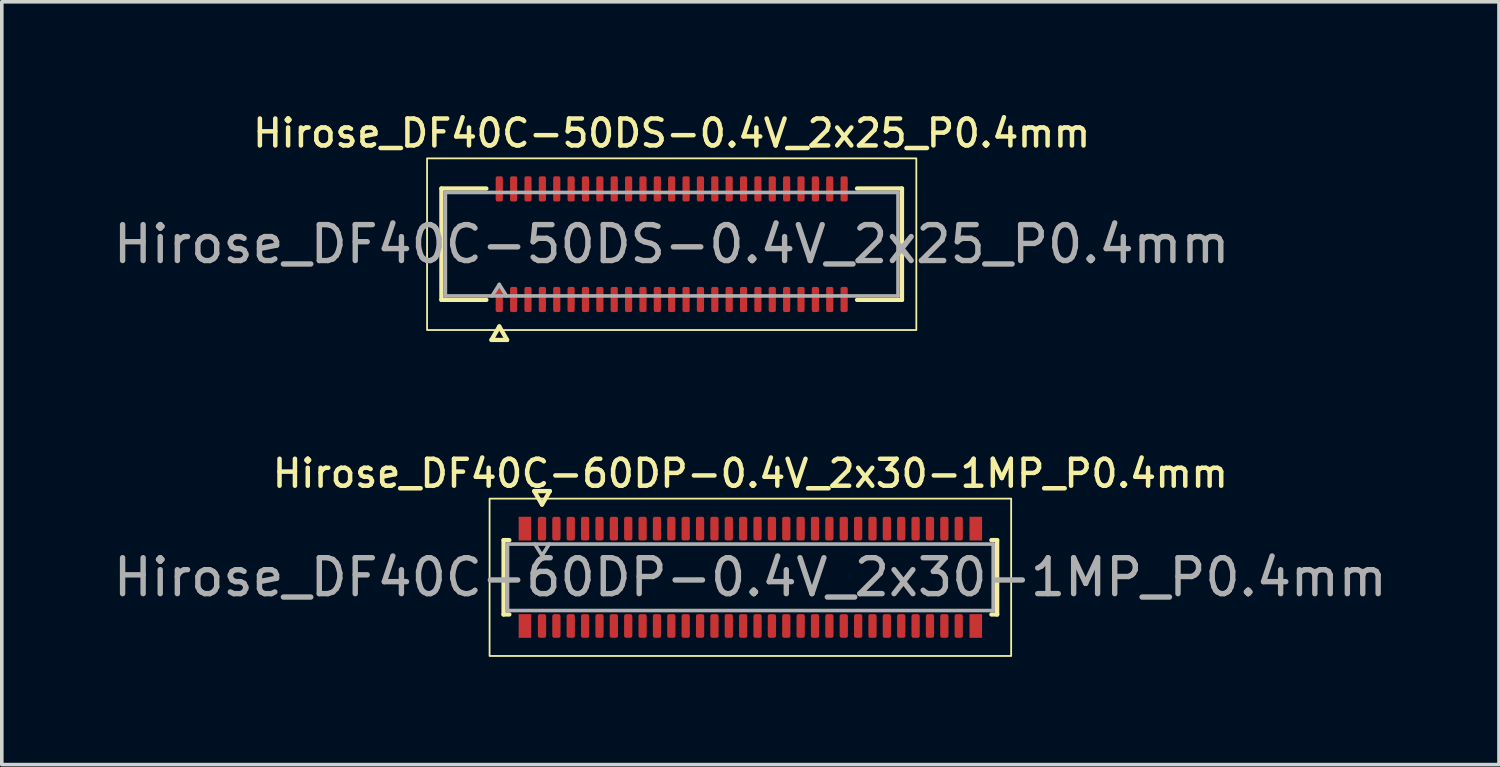
<source format=kicad_pcb>
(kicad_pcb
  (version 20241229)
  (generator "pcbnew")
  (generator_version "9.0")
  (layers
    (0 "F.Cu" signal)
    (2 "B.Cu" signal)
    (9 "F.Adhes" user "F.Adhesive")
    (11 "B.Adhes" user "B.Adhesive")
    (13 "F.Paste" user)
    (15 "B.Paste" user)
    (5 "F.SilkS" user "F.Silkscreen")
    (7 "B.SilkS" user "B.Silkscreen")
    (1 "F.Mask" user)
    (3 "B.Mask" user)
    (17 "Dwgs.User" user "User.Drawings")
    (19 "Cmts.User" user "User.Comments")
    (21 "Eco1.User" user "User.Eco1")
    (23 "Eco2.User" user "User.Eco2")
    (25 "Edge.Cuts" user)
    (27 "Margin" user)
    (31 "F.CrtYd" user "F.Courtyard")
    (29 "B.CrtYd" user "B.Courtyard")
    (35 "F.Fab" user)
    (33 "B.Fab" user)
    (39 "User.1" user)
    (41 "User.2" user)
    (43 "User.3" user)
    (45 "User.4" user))
  (footprint "Hirose_DF40C-50DS-0.4V_2x25_P0.4mm"
    (layer "F.Cu")
    (at 15.649 3.748)
    (property "Reference" "Hirose_DF40C-50DS-0.4V_2x25_P0.4mm" (at 0 -3.09 0) (layer "F.SilkS") (effects (font (size 0.75 0.75) (thickness 0.125))))
    (attr smd)
    (fp_line (start -6.41 -1.55) (end -5.16 -1.55) (stroke (width 0.12) (type solid)) (layer "F.SilkS"))
    (fp_line (start -6.41 1.55) (end -6.41 -1.55) (stroke (width 0.12) (type solid)) (layer "F.SilkS"))
    (fp_line (start -5.16 1.55) (end -6.41 1.55) (stroke (width 0.12) (type solid)) (layer "F.SilkS"))
    (fp_line (start -5.017 2.665) (end -4.8 2.29) (stroke (width 0.12) (type solid)) (layer "F.SilkS"))
    (fp_line (start -4.8 2.29) (end -4.583 2.665) (stroke (width 0.12) (type solid)) (layer "F.SilkS"))
    (fp_line (start -4.583 2.665) (end -5.017 2.665) (stroke (width 0.12) (type solid)) (layer "F.SilkS"))
    (fp_line (start 5.16 -1.55) (end 6.41 -1.55) (stroke (width 0.12) (type solid)) (layer "F.SilkS"))
    (fp_line (start 6.41 -1.55) (end 6.41 1.55) (stroke (width 0.12) (type solid)) (layer "F.SilkS"))
    (fp_line (start 6.41 1.55) (end 5.16 1.55) (stroke (width 0.12) (type solid)) (layer "F.SilkS"))
    (fp_rect (start -6.81 -2.39) (end 6.81 2.39) (stroke (width 0.05) (type solid)) (fill no) (layer "F.SilkS"))
    (fp_line (start -6.3 -1.44) (end 6.3 -1.44) (stroke (width 0.1) (type solid)) (layer "F.Fab"))
    (fp_line (start -6.3 1.44) (end -6.3 -1.44) (stroke (width 0.1) (type solid)) (layer "F.Fab"))
    (fp_line (start -5 1.44) (end -4.8 1.12) (stroke (width 0.1) (type solid)) (layer "F.Fab"))
    (fp_line (start -4.8 1.12) (end -4.6 1.44) (stroke (width 0.1) (type solid)) (layer "F.Fab"))
    (fp_line (start 6.3 -1.44) (end 6.3 1.44) (stroke (width 0.1) (type solid)) (layer "F.Fab"))
    (fp_line (start 6.3 1.44) (end -6.3 1.44) (stroke (width 0.1) (type solid)) (layer "F.Fab"))
    (fp_text user "${REFERENCE}" (at 0 0 0) (layer "F.Fab") (effects (font (size 1 1) (thickness 0.15))))
    (pad "1" smd roundrect (at -4.8 1.54) (size 0.2 0.7) (layers "F.Cu" "F.Mask" "F.Paste") (roundrect_rratio 0.25))
    (pad "2" smd roundrect (at -4.8 -1.54) (size 0.2 0.7) (layers "F.Cu" "F.Mask" "F.Paste") (roundrect_rratio 0.25))
    (pad "3" smd roundrect (at -4.4 1.54) (size 0.2 0.7) (layers "F.Cu" "F.Mask" "F.Paste") (roundrect_rratio 0.25))
    (pad "4" smd roundrect (at -4.4 -1.54) (size 0.2 0.7) (layers "F.Cu" "F.Mask" "F.Paste") (roundrect_rratio 0.25))
    (pad "5" smd roundrect (at -4 1.54) (size 0.2 0.7) (layers "F.Cu" "F.Mask" "F.Paste") (roundrect_rratio 0.25))
    (pad "6" smd roundrect (at -4 -1.54) (size 0.2 0.7) (layers "F.Cu" "F.Mask" "F.Paste") (roundrect_rratio 0.25))
    (pad "7" smd roundrect (at -3.6 1.54) (size 0.2 0.7) (layers "F.Cu" "F.Mask" "F.Paste") (roundrect_rratio 0.25))
    (pad "8" smd roundrect (at -3.6 -1.54) (size 0.2 0.7) (layers "F.Cu" "F.Mask" "F.Paste") (roundrect_rratio 0.25))
    (pad "9" smd roundrect (at -3.2 1.54) (size 0.2 0.7) (layers "F.Cu" "F.Mask" "F.Paste") (roundrect_rratio 0.25))
    (pad "10" smd roundrect (at -3.2 -1.54) (size 0.2 0.7) (layers "F.Cu" "F.Mask" "F.Paste") (roundrect_rratio 0.25))
    (pad "11" smd roundrect (at -2.8 1.54) (size 0.2 0.7) (layers "F.Cu" "F.Mask" "F.Paste") (roundrect_rratio 0.25))
    (pad "12" smd roundrect (at -2.8 -1.54) (size 0.2 0.7) (layers "F.Cu" "F.Mask" "F.Paste") (roundrect_rratio 0.25))
    (pad "13" smd roundrect (at -2.4 1.54) (size 0.2 0.7) (layers "F.Cu" "F.Mask" "F.Paste") (roundrect_rratio 0.25))
    (pad "14" smd roundrect (at -2.4 -1.54) (size 0.2 0.7) (layers "F.Cu" "F.Mask" "F.Paste") (roundrect_rratio 0.25))
    (pad "15" smd roundrect (at -2 1.54) (size 0.2 0.7) (layers "F.Cu" "F.Mask" "F.Paste") (roundrect_rratio 0.25))
    (pad "16" smd roundrect (at -2 -1.54) (size 0.2 0.7) (layers "F.Cu" "F.Mask" "F.Paste") (roundrect_rratio 0.25))
    (pad "17" smd roundrect (at -1.6 1.54) (size 0.2 0.7) (layers "F.Cu" "F.Mask" "F.Paste") (roundrect_rratio 0.25))
    (pad "18" smd roundrect (at -1.6 -1.54) (size 0.2 0.7) (layers "F.Cu" "F.Mask" "F.Paste") (roundrect_rratio 0.25))
    (pad "19" smd roundrect (at -1.2 1.54) (size 0.2 0.7) (layers "F.Cu" "F.Mask" "F.Paste") (roundrect_rratio 0.25))
    (pad "20" smd roundrect (at -1.2 -1.54) (size 0.2 0.7) (layers "F.Cu" "F.Mask" "F.Paste") (roundrect_rratio 0.25))
    (pad "21" smd roundrect (at -0.8 1.54) (size 0.2 0.7) (layers "F.Cu" "F.Mask" "F.Paste") (roundrect_rratio 0.25))
    (pad "22" smd roundrect (at -0.8 -1.54) (size 0.2 0.7) (layers "F.Cu" "F.Mask" "F.Paste") (roundrect_rratio 0.25))
    (pad "23" smd roundrect (at -0.4 1.54) (size 0.2 0.7) (layers "F.Cu" "F.Mask" "F.Paste") (roundrect_rratio 0.25))
    (pad "24" smd roundrect (at -0.4 -1.54) (size 0.2 0.7) (layers "F.Cu" "F.Mask" "F.Paste") (roundrect_rratio 0.25))
    (pad "25" smd roundrect (at 0 1.54) (size 0.2 0.7) (layers "F.Cu" "F.Mask" "F.Paste") (roundrect_rratio 0.25))
    (pad "26" smd roundrect (at 0 -1.54) (size 0.2 0.7) (layers "F.Cu" "F.Mask" "F.Paste") (roundrect_rratio 0.25))
    (pad "27" smd roundrect (at 0.4 1.54) (size 0.2 0.7) (layers "F.Cu" "F.Mask" "F.Paste") (roundrect_rratio 0.25))
    (pad "28" smd roundrect (at 0.4 -1.54) (size 0.2 0.7) (layers "F.Cu" "F.Mask" "F.Paste") (roundrect_rratio 0.25))
    (pad "29" smd roundrect (at 0.8 1.54) (size 0.2 0.7) (layers "F.Cu" "F.Mask" "F.Paste") (roundrect_rratio 0.25))
    (pad "30" smd roundrect (at 0.8 -1.54) (size 0.2 0.7) (layers "F.Cu" "F.Mask" "F.Paste") (roundrect_rratio 0.25))
    (pad "31" smd roundrect (at 1.2 1.54) (size 0.2 0.7) (layers "F.Cu" "F.Mask" "F.Paste") (roundrect_rratio 0.25))
    (pad "32" smd roundrect (at 1.2 -1.54) (size 0.2 0.7) (layers "F.Cu" "F.Mask" "F.Paste") (roundrect_rratio 0.25))
    (pad "33" smd roundrect (at 1.6 1.54) (size 0.2 0.7) (layers "F.Cu" "F.Mask" "F.Paste") (roundrect_rratio 0.25))
    (pad "34" smd roundrect (at 1.6 -1.54) (size 0.2 0.7) (layers "F.Cu" "F.Mask" "F.Paste") (roundrect_rratio 0.25))
    (pad "35" smd roundrect (at 2 1.54) (size 0.2 0.7) (layers "F.Cu" "F.Mask" "F.Paste") (roundrect_rratio 0.25))
    (pad "36" smd roundrect (at 2 -1.54) (size 0.2 0.7) (layers "F.Cu" "F.Mask" "F.Paste") (roundrect_rratio 0.25))
    (pad "37" smd roundrect (at 2.4 1.54) (size 0.2 0.7) (layers "F.Cu" "F.Mask" "F.Paste") (roundrect_rratio 0.25))
    (pad "38" smd roundrect (at 2.4 -1.54) (size 0.2 0.7) (layers "F.Cu" "F.Mask" "F.Paste") (roundrect_rratio 0.25))
    (pad "39" smd roundrect (at 2.8 1.54) (size 0.2 0.7) (layers "F.Cu" "F.Mask" "F.Paste") (roundrect_rratio 0.25))
    (pad "40" smd roundrect (at 2.8 -1.54) (size 0.2 0.7) (layers "F.Cu" "F.Mask" "F.Paste") (roundrect_rratio 0.25))
    (pad "41" smd roundrect (at 3.2 1.54) (size 0.2 0.7) (layers "F.Cu" "F.Mask" "F.Paste") (roundrect_rratio 0.25))
    (pad "42" smd roundrect (at 3.2 -1.54) (size 0.2 0.7) (layers "F.Cu" "F.Mask" "F.Paste") (roundrect_rratio 0.25))
    (pad "43" smd roundrect (at 3.6 1.54) (size 0.2 0.7) (layers "F.Cu" "F.Mask" "F.Paste") (roundrect_rratio 0.25))
    (pad "44" smd roundrect (at 3.6 -1.54) (size 0.2 0.7) (layers "F.Cu" "F.Mask" "F.Paste") (roundrect_rratio 0.25))
    (pad "45" smd roundrect (at 4 1.54) (size 0.2 0.7) (layers "F.Cu" "F.Mask" "F.Paste") (roundrect_rratio 0.25))
    (pad "46" smd roundrect (at 4 -1.54) (size 0.2 0.7) (layers "F.Cu" "F.Mask" "F.Paste") (roundrect_rratio 0.25))
    (pad "47" smd roundrect (at 4.4 1.54) (size 0.2 0.7) (layers "F.Cu" "F.Mask" "F.Paste") (roundrect_rratio 0.25))
    (pad "48" smd roundrect (at 4.4 -1.54) (size 0.2 0.7) (layers "F.Cu" "F.Mask" "F.Paste") (roundrect_rratio 0.25))
    (pad "49" smd roundrect (at 4.8 1.54) (size 0.2 0.7) (layers "F.Cu" "F.Mask" "F.Paste") (roundrect_rratio 0.25))
    (pad "50" smd roundrect (at 4.8 -1.54) (size 0.2 0.7) (layers "F.Cu" "F.Mask" "F.Paste") (roundrect_rratio 0.25)))
  (footprint "Hirose_DF40C-60DP-0.4V_2x30-1MP_P0.4mm"
    (layer "F.Cu")
    (at 17.839 13.021)
    (property "Reference" "Hirose_DF40C-60DP-0.4V_2x30-1MP_P0.4mm" (at 0 -2.89 0) (layer "F.SilkS") (effects (font (size 0.75 0.75) (thickness 0.125))))
    (attr smd)
    (fp_line (start -6.87 -1.035) (end -6.71 -1.035) (stroke (width 0.12) (type solid)) (layer "F.SilkS"))
    (fp_line (start -6.87 1.035) (end -6.87 -1.035) (stroke (width 0.12) (type solid)) (layer "F.SilkS"))
    (fp_line (start -6.71 1.035) (end -6.87 1.035) (stroke (width 0.12) (type solid)) (layer "F.SilkS"))
    (fp_line (start -6.017 -2.4) (end -5.8 -2.025) (stroke (width 0.12) (type solid)) (layer "F.SilkS"))
    (fp_line (start -5.8 -2.025) (end -5.583 -2.4) (stroke (width 0.12) (type solid)) (layer "F.SilkS"))
    (fp_line (start -5.583 -2.4) (end -6.017 -2.4) (stroke (width 0.12) (type solid)) (layer "F.SilkS"))
    (fp_line (start 6.71 -1.035) (end 6.87 -1.035) (stroke (width 0.12) (type solid)) (layer "F.SilkS"))
    (fp_line (start 6.87 -1.035) (end 6.87 1.035) (stroke (width 0.12) (type solid)) (layer "F.SilkS"))
    (fp_line (start 6.87 1.035) (end 6.71 1.035) (stroke (width 0.12) (type solid)) (layer "F.SilkS"))
    (fp_rect (start -7.26 -2.19) (end 7.26 2.19) (stroke (width 0.05) (type solid)) (fill no) (layer "F.SilkS"))
    (fp_line (start -6.76 -0.925) (end 6.76 -0.925) (stroke (width 0.1) (type solid)) (layer "F.Fab"))
    (fp_line (start -6.76 0.925) (end -6.76 -0.925) (stroke (width 0.1) (type solid)) (layer "F.Fab"))
    (fp_line (start -6 -0.925) (end -5.8 -0.605) (stroke (width 0.1) (type solid)) (layer "F.Fab"))
    (fp_line (start -5.8 -0.605) (end -5.6 -0.925) (stroke (width 0.1) (type solid)) (layer "F.Fab"))
    (fp_line (start 6.76 -0.925) (end 6.76 0.925) (stroke (width 0.1) (type solid)) (layer "F.Fab"))
    (fp_line (start 6.76 0.925) (end -6.76 0.925) (stroke (width 0.1) (type solid)) (layer "F.Fab"))
    (fp_text user "${REFERENCE}" (at 0 0 0) (layer "F.Fab") (effects (font (size 1 1) (thickness 0.15))))
    (pad "1" smd roundrect (at -5.8 -1.355) (size 0.23 0.66) (layers "F.Cu" "F.Mask" "F.Paste") (roundrect_rratio 0.25))
    (pad "2" smd roundrect (at -5.8 1.355) (size 0.23 0.66) (layers "F.Cu" "F.Mask" "F.Paste") (roundrect_rratio 0.25))
    (pad "3" smd roundrect (at -5.4 -1.355) (size 0.23 0.66) (layers "F.Cu" "F.Mask" "F.Paste") (roundrect_rratio 0.25))
    (pad "4" smd roundrect (at -5.4 1.355) (size 0.23 0.66) (layers "F.Cu" "F.Mask" "F.Paste") (roundrect_rratio 0.25))
    (pad "5" smd roundrect (at -5 -1.355) (size 0.23 0.66) (layers "F.Cu" "F.Mask" "F.Paste") (roundrect_rratio 0.25))
    (pad "6" smd roundrect (at -5 1.355) (size 0.23 0.66) (layers "F.Cu" "F.Mask" "F.Paste") (roundrect_rratio 0.25))
    (pad "7" smd roundrect (at -4.6 -1.355) (size 0.23 0.66) (layers "F.Cu" "F.Mask" "F.Paste") (roundrect_rratio 0.25))
    (pad "8" smd roundrect (at -4.6 1.355) (size 0.23 0.66) (layers "F.Cu" "F.Mask" "F.Paste") (roundrect_rratio 0.25))
    (pad "9" smd roundrect (at -4.2 -1.355) (size 0.23 0.66) (layers "F.Cu" "F.Mask" "F.Paste") (roundrect_rratio 0.25))
    (pad "10" smd roundrect (at -4.2 1.355) (size 0.23 0.66) (layers "F.Cu" "F.Mask" "F.Paste") (roundrect_rratio 0.25))
    (pad "11" smd roundrect (at -3.8 -1.355) (size 0.23 0.66) (layers "F.Cu" "F.Mask" "F.Paste") (roundrect_rratio 0.25))
    (pad "12" smd roundrect (at -3.8 1.355) (size 0.23 0.66) (layers "F.Cu" "F.Mask" "F.Paste") (roundrect_rratio 0.25))
    (pad "13" smd roundrect (at -3.4 -1.355) (size 0.23 0.66) (layers "F.Cu" "F.Mask" "F.Paste") (roundrect_rratio 0.25))
    (pad "14" smd roundrect (at -3.4 1.355) (size 0.23 0.66) (layers "F.Cu" "F.Mask" "F.Paste") (roundrect_rratio 0.25))
    (pad "15" smd roundrect (at -3 -1.355) (size 0.23 0.66) (layers "F.Cu" "F.Mask" "F.Paste") (roundrect_rratio 0.25))
    (pad "16" smd roundrect (at -3 1.355) (size 0.23 0.66) (layers "F.Cu" "F.Mask" "F.Paste") (roundrect_rratio 0.25))
    (pad "17" smd roundrect (at -2.6 -1.355) (size 0.23 0.66) (layers "F.Cu" "F.Mask" "F.Paste") (roundrect_rratio 0.25))
    (pad "18" smd roundrect (at -2.6 1.355) (size 0.23 0.66) (layers "F.Cu" "F.Mask" "F.Paste") (roundrect_rratio 0.25))
    (pad "19" smd roundrect (at -2.2 -1.355) (size 0.23 0.66) (layers "F.Cu" "F.Mask" "F.Paste") (roundrect_rratio 0.25))
    (pad "20" smd roundrect (at -2.2 1.355) (size 0.23 0.66) (layers "F.Cu" "F.Mask" "F.Paste") (roundrect_rratio 0.25))
    (pad "21" smd roundrect (at -1.8 -1.355) (size 0.23 0.66) (layers "F.Cu" "F.Mask" "F.Paste") (roundrect_rratio 0.25))
    (pad "22" smd roundrect (at -1.8 1.355) (size 0.23 0.66) (layers "F.Cu" "F.Mask" "F.Paste") (roundrect_rratio 0.25))
    (pad "23" smd roundrect (at -1.4 -1.355) (size 0.23 0.66) (layers "F.Cu" "F.Mask" "F.Paste") (roundrect_rratio 0.25))
    (pad "24" smd roundrect (at -1.4 1.355) (size 0.23 0.66) (layers "F.Cu" "F.Mask" "F.Paste") (roundrect_rratio 0.25))
    (pad "25" smd roundrect (at -1 -1.355) (size 0.23 0.66) (layers "F.Cu" "F.Mask" "F.Paste") (roundrect_rratio 0.25))
    (pad "26" smd roundrect (at -1 1.355) (size 0.23 0.66) (layers "F.Cu" "F.Mask" "F.Paste") (roundrect_rratio 0.25))
    (pad "27" smd roundrect (at -0.6 -1.355) (size 0.23 0.66) (layers "F.Cu" "F.Mask" "F.Paste") (roundrect_rratio 0.25))
    (pad "28" smd roundrect (at -0.6 1.355) (size 0.23 0.66) (layers "F.Cu" "F.Mask" "F.Paste") (roundrect_rratio 0.25))
    (pad "29" smd roundrect (at -0.2 -1.355) (size 0.23 0.66) (layers "F.Cu" "F.Mask" "F.Paste") (roundrect_rratio 0.25))
    (pad "30" smd roundrect (at -0.2 1.355) (size 0.23 0.66) (layers "F.Cu" "F.Mask" "F.Paste") (roundrect_rratio 0.25))
    (pad "31" smd roundrect (at 0.2 -1.355) (size 0.23 0.66) (layers "F.Cu" "F.Mask" "F.Paste") (roundrect_rratio 0.25))
    (pad "32" smd roundrect (at 0.2 1.355) (size 0.23 0.66) (layers "F.Cu" "F.Mask" "F.Paste") (roundrect_rratio 0.25))
    (pad "33" smd roundrect (at 0.6 -1.355) (size 0.23 0.66) (layers "F.Cu" "F.Mask" "F.Paste") (roundrect_rratio 0.25))
    (pad "34" smd roundrect (at 0.6 1.355) (size 0.23 0.66) (layers "F.Cu" "F.Mask" "F.Paste") (roundrect_rratio 0.25))
    (pad "35" smd roundrect (at 1 -1.355) (size 0.23 0.66) (layers "F.Cu" "F.Mask" "F.Paste") (roundrect_rratio 0.25))
    (pad "36" smd roundrect (at 1 1.355) (size 0.23 0.66) (layers "F.Cu" "F.Mask" "F.Paste") (roundrect_rratio 0.25))
    (pad "37" smd roundrect (at 1.4 -1.355) (size 0.23 0.66) (layers "F.Cu" "F.Mask" "F.Paste") (roundrect_rratio 0.25))
    (pad "38" smd roundrect (at 1.4 1.355) (size 0.23 0.66) (layers "F.Cu" "F.Mask" "F.Paste") (roundrect_rratio 0.25))
    (pad "39" smd roundrect (at 1.8 -1.355) (size 0.23 0.66) (layers "F.Cu" "F.Mask" "F.Paste") (roundrect_rratio 0.25))
    (pad "40" smd roundrect (at 1.8 1.355) (size 0.23 0.66) (layers "F.Cu" "F.Mask" "F.Paste") (roundrect_rratio 0.25))
    (pad "41" smd roundrect (at 2.2 -1.355) (size 0.23 0.66) (layers "F.Cu" "F.Mask" "F.Paste") (roundrect_rratio 0.25))
    (pad "42" smd roundrect (at 2.2 1.355) (size 0.23 0.66) (layers "F.Cu" "F.Mask" "F.Paste") (roundrect_rratio 0.25))
    (pad "43" smd roundrect (at 2.6 -1.355) (size 0.23 0.66) (layers "F.Cu" "F.Mask" "F.Paste") (roundrect_rratio 0.25))
    (pad "44" smd roundrect (at 2.6 1.355) (size 0.23 0.66) (layers "F.Cu" "F.Mask" "F.Paste") (roundrect_rratio 0.25))
    (pad "45" smd roundrect (at 3 -1.355) (size 0.23 0.66) (layers "F.Cu" "F.Mask" "F.Paste") (roundrect_rratio 0.25))
    (pad "46" smd roundrect (at 3 1.355) (size 0.23 0.66) (layers "F.Cu" "F.Mask" "F.Paste") (roundrect_rratio 0.25))
    (pad "47" smd roundrect (at 3.4 -1.355) (size 0.23 0.66) (layers "F.Cu" "F.Mask" "F.Paste") (roundrect_rratio 0.25))
    (pad "48" smd roundrect (at 3.4 1.355) (size 0.23 0.66) (layers "F.Cu" "F.Mask" "F.Paste") (roundrect_rratio 0.25))
    (pad "49" smd roundrect (at 3.8 -1.355) (size 0.23 0.66) (layers "F.Cu" "F.Mask" "F.Paste") (roundrect_rratio 0.25))
    (pad "50" smd roundrect (at 3.8 1.355) (size 0.23 0.66) (layers "F.Cu" "F.Mask" "F.Paste") (roundrect_rratio 0.25))
    (pad "51" smd roundrect (at 4.2 -1.355) (size 0.23 0.66) (layers "F.Cu" "F.Mask" "F.Paste") (roundrect_rratio 0.25))
    (pad "52" smd roundrect (at 4.2 1.355) (size 0.23 0.66) (layers "F.Cu" "F.Mask" "F.Paste") (roundrect_rratio 0.25))
    (pad "53" smd roundrect (at 4.6 -1.355) (size 0.23 0.66) (layers "F.Cu" "F.Mask" "F.Paste") (roundrect_rratio 0.25))
    (pad "54" smd roundrect (at 4.6 1.355) (size 0.23 0.66) (layers "F.Cu" "F.Mask" "F.Paste") (roundrect_rratio 0.25))
    (pad "55" smd roundrect (at 5 -1.355) (size 0.23 0.66) (layers "F.Cu" "F.Mask" "F.Paste") (roundrect_rratio 0.25))
    (pad "56" smd roundrect (at 5 1.355) (size 0.23 0.66) (layers "F.Cu" "F.Mask" "F.Paste") (roundrect_rratio 0.25))
    (pad "57" smd roundrect (at 5.4 -1.355) (size 0.23 0.66) (layers "F.Cu" "F.Mask" "F.Paste") (roundrect_rratio 0.25))
    (pad "58" smd roundrect (at 5.4 1.355) (size 0.23 0.66) (layers "F.Cu" "F.Mask" "F.Paste") (roundrect_rratio 0.25))
    (pad "59" smd roundrect (at 5.8 -1.355) (size 0.23 0.66) (layers "F.Cu" "F.Mask" "F.Paste") (roundrect_rratio 0.25))
    (pad "60" smd roundrect (at 5.8 1.355) (size 0.23 0.66) (layers "F.Cu" "F.Mask" "F.Paste") (roundrect_rratio 0.25))
    (pad "MP" smd rect (at -6.275 -1.355) (size 0.35 0.66) (layers "F.Cu" "F.Mask" "F.Paste"))
    (pad "MP" smd rect (at -6.275 1.355) (size 0.35 0.66) (layers "F.Cu" "F.Mask" "F.Paste"))
    (pad "MP" smd rect (at 6.275 -1.355) (size 0.35 0.66) (layers "F.Cu" "F.Mask" "F.Paste"))
    (pad "MP" smd rect (at 6.275 1.355) (size 0.35 0.66) (layers "F.Cu" "F.Mask" "F.Paste")))
  (gr_rect
    (start -3 -3)
    (end 38.679 18.236)
    (stroke (width 0.1) (type default))
    (fill no)
    (layer "Edge.Cuts")))
</source>
